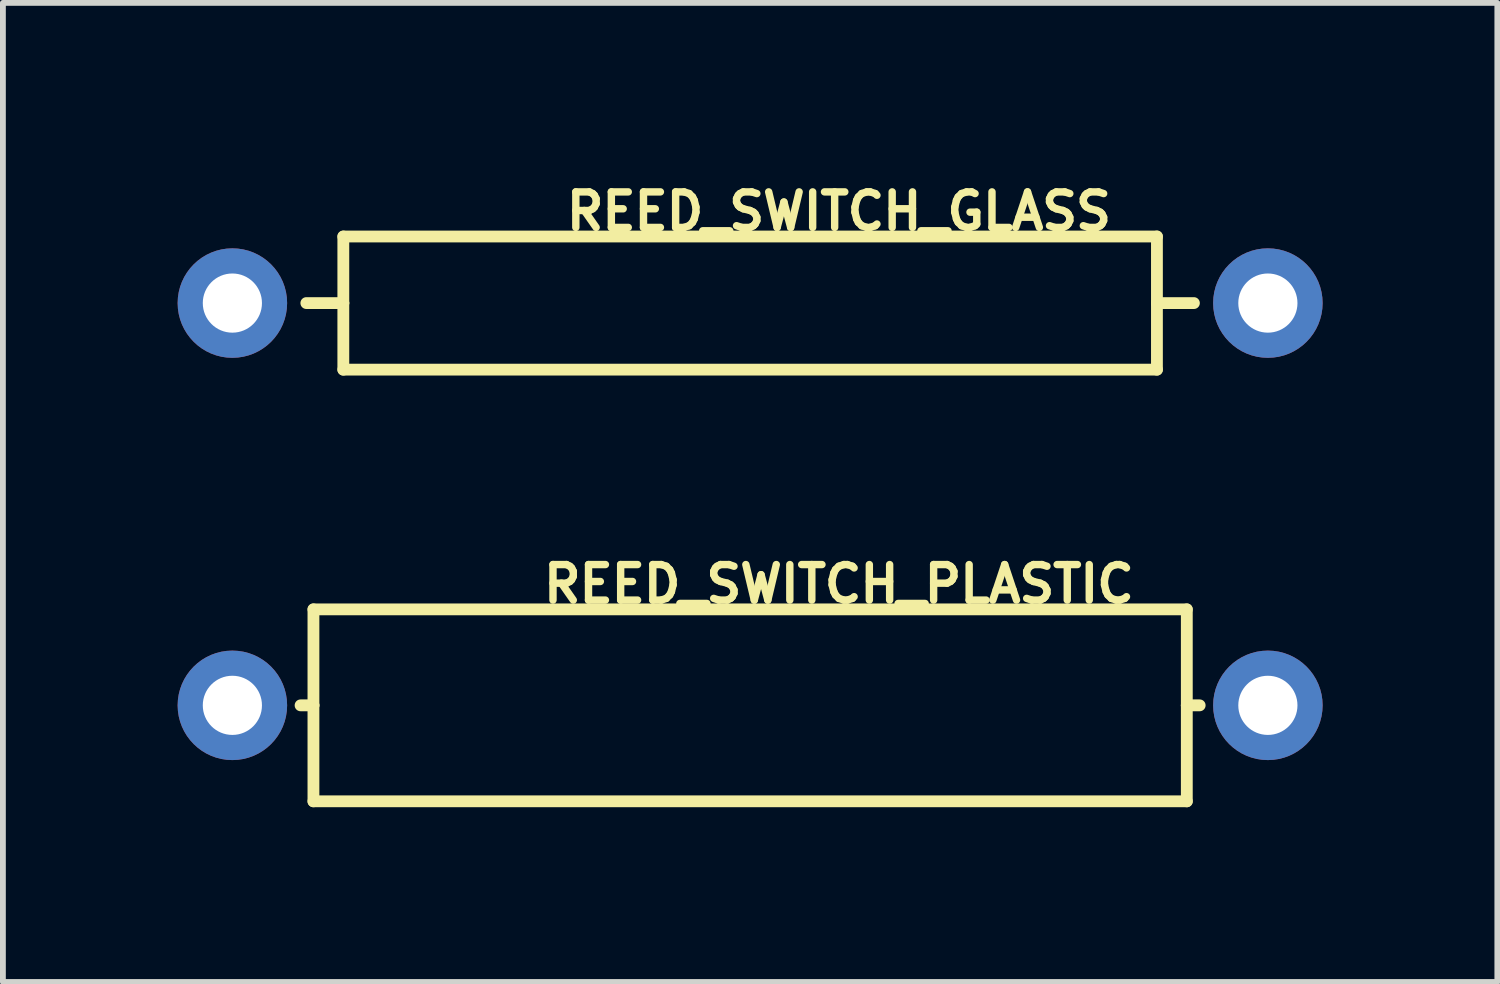
<source format=kicad_pcb>
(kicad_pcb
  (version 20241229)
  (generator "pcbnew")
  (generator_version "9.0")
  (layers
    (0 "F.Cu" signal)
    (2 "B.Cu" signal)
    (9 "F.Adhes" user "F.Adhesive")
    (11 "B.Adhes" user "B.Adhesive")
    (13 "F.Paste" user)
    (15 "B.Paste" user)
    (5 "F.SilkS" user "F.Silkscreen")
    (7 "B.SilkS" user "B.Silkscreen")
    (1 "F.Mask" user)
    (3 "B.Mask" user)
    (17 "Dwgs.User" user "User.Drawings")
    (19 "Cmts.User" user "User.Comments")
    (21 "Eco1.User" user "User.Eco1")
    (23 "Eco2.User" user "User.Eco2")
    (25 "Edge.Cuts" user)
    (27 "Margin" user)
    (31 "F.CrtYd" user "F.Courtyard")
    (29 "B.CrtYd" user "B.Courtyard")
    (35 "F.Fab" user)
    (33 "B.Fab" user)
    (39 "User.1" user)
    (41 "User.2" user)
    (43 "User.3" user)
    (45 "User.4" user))
  (footprint "REED_SWITCH_GLASS"
    (layer "F.Cu")
    (at 9.83 2.154)
    (property "Reference" "REED_SWITCH_GLASS" (at 1.524 -1.575 0) (layer "F.SilkS") (effects (font (size 0.61 0.61) (thickness 0.127))))
    (attr exclude_from_pos_files exclude_from_bom)
    (fp_line (start -6.985 -1.143) (end 6.985 -1.143) (stroke (width 0.203) (type solid)) (layer "F.SilkS"))
    (fp_line (start -6.985 0) (end -7.62 0) (stroke (width 0.203) (type solid)) (layer "F.SilkS"))
    (fp_line (start -6.985 0) (end -6.985 -1.143) (stroke (width 0.203) (type solid)) (layer "F.SilkS"))
    (fp_line (start -6.985 1.143) (end -6.985 0) (stroke (width 0.203) (type solid)) (layer "F.SilkS"))
    (fp_line (start -6.985 1.143) (end 6.985 1.143) (stroke (width 0.203) (type solid)) (layer "F.SilkS"))
    (fp_line (start 6.985 -1.143) (end 6.985 0) (stroke (width 0.203) (type solid)) (layer "F.SilkS"))
    (fp_line (start 6.985 0) (end 6.985 1.143) (stroke (width 0.203) (type solid)) (layer "F.SilkS"))
    (fp_line (start 6.985 0) (end 7.62 0) (stroke (width 0.203) (type solid)) (layer "F.SilkS"))
    (pad "P$1" thru_hole circle (at -8.89 0) (size 1.88 1.88) (drill 1.016) (layers "*.Cu" "*.Paste" "*.Mask"))
    (pad "P$2" thru_hole circle (at 8.89 0) (size 1.88 1.88) (drill 1.016) (layers "*.Cu" "*.Paste" "*.Mask")))
  (footprint "REED_SWITCH_PLASTIC"
    (layer "F.Cu")
    (at 9.83 9.061)
    (property "Reference" "REED_SWITCH_PLASTIC" (at 1.524 -2.083 0) (layer "F.SilkS") (effects (font (size 0.61 0.61) (thickness 0.127))))
    (attr exclude_from_pos_files exclude_from_bom)
    (fp_line (start -7.498 -1.648) (end 7.498 -1.648) (stroke (width 0.203) (type solid)) (layer "F.SilkS"))
    (fp_line (start -7.498 0) (end -7.719 0) (stroke (width 0.203) (type solid)) (layer "F.SilkS"))
    (fp_line (start -7.498 0) (end -7.498 -1.648) (stroke (width 0.203) (type solid)) (layer "F.SilkS"))
    (fp_line (start -7.498 1.648) (end -7.498 0) (stroke (width 0.203) (type solid)) (layer "F.SilkS"))
    (fp_line (start -7.498 1.648) (end 7.498 1.648) (stroke (width 0.203) (type solid)) (layer "F.SilkS"))
    (fp_line (start 7.498 -1.648) (end 7.498 0) (stroke (width 0.203) (type solid)) (layer "F.SilkS"))
    (fp_line (start 7.498 0) (end 7.498 1.648) (stroke (width 0.203) (type solid)) (layer "F.SilkS"))
    (fp_line (start 7.498 0) (end 7.719 0) (stroke (width 0.203) (type solid)) (layer "F.SilkS"))
    (pad "P$1" thru_hole circle (at -8.89 0) (size 1.88 1.88) (drill 1.016) (layers "*.Cu" "*.Paste" "*.Mask"))
    (pad "P$2" thru_hole circle (at 8.89 0) (size 1.88 1.88) (drill 1.016) (layers "*.Cu" "*.Paste" "*.Mask")))
  (gr_rect
    (start -3 -3)
    (end 22.66 13.811)
    (stroke (width 0.1) (type default))
    (fill no)
    (layer "Edge.Cuts")))
</source>
